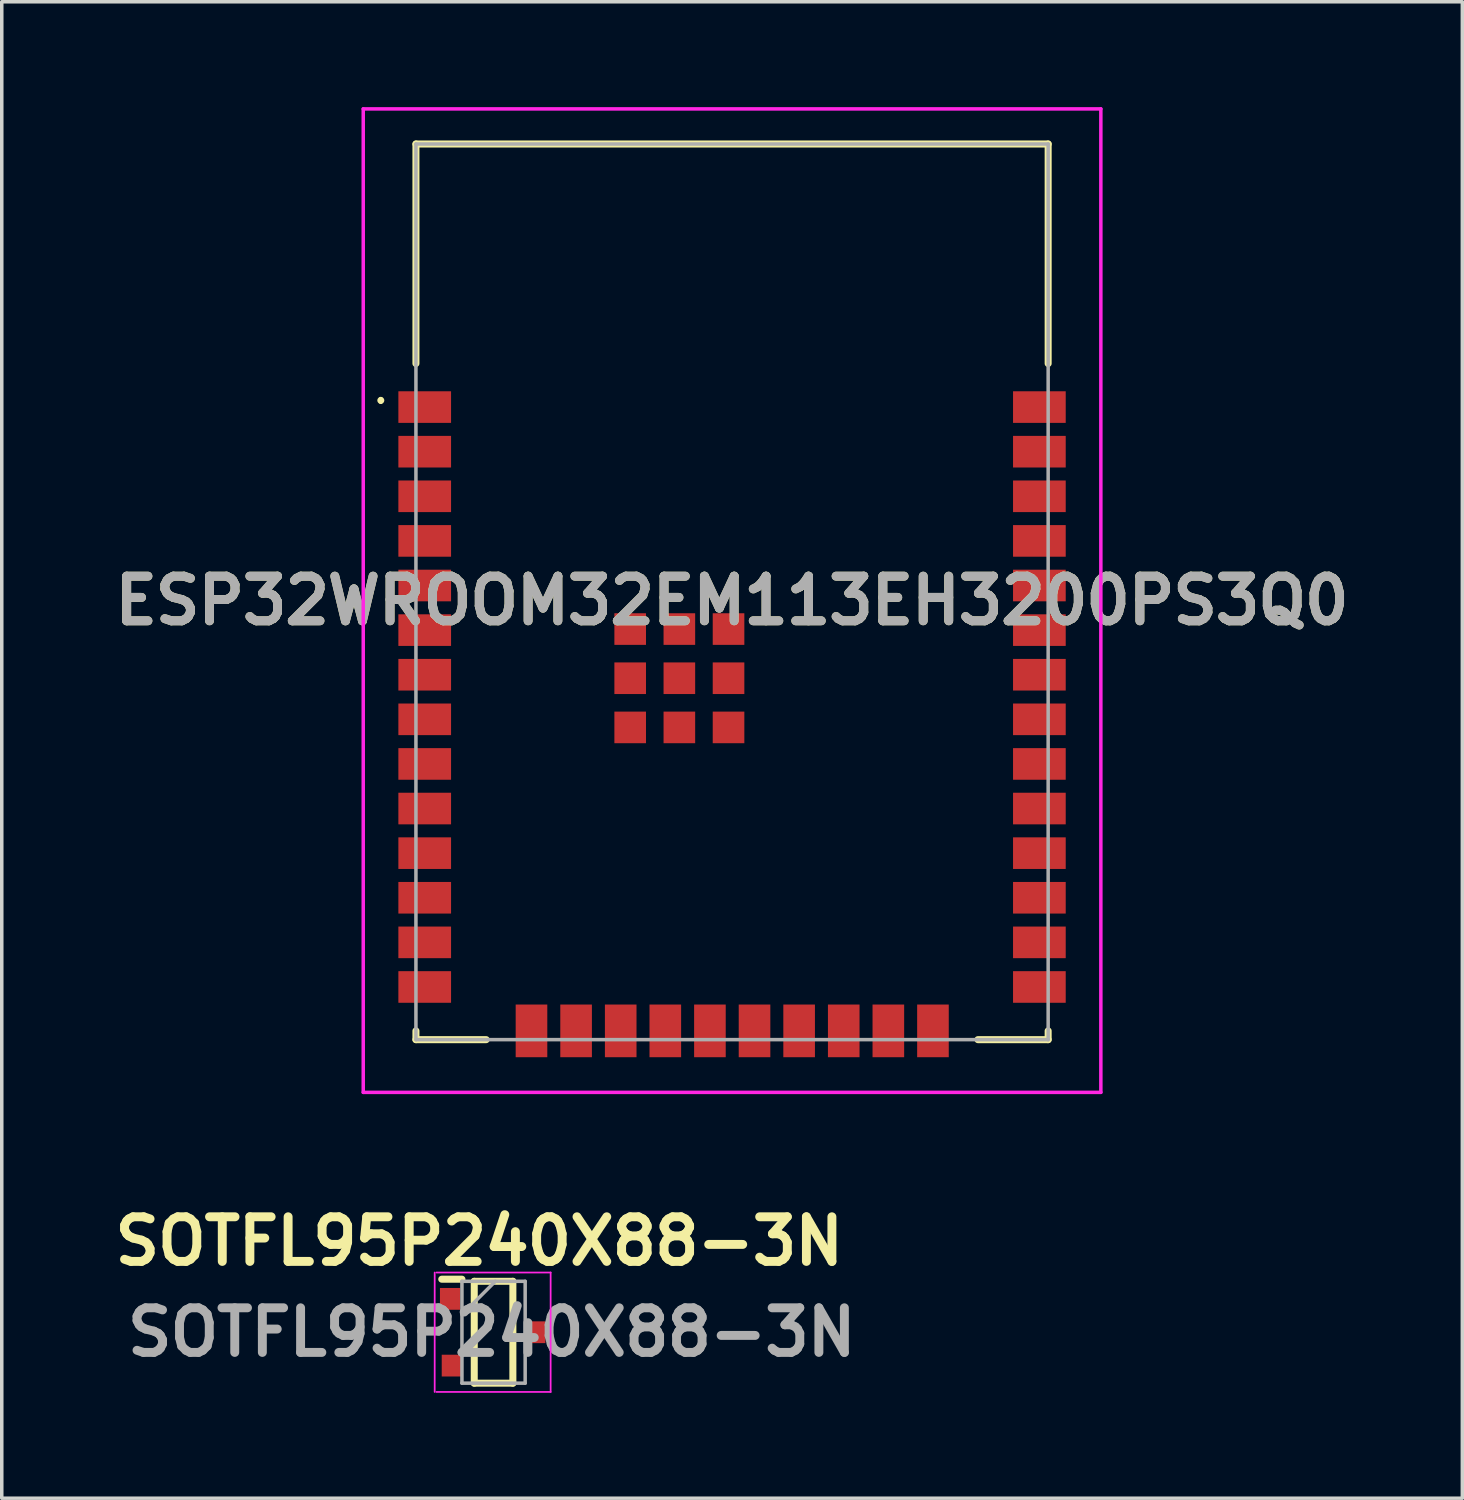
<source format=kicad_pcb>
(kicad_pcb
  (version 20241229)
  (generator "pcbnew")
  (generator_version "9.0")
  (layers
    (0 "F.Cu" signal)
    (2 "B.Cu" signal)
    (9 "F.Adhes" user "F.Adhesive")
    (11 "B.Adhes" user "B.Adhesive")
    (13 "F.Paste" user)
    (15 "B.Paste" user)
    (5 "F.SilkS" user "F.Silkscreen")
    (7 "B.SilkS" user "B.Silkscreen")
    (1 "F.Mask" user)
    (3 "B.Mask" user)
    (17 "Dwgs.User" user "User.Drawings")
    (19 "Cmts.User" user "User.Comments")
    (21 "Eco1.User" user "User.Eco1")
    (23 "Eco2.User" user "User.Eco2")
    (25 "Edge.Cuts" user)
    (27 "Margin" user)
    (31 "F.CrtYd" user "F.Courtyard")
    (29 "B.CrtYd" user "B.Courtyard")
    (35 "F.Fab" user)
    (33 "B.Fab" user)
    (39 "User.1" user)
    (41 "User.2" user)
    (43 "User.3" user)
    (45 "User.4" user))
  (footprint "ESP32WROOM32EM113EH3200PS3Q0"
    (layer "F.Cu")
    (at 17.792 13.8)
    (property "Reference" "ESP32WROOM32EM113EH3200PS3Q0" (at 0 0.25 0) (layer "F.SilkS") (effects (font (size 1.27 1.27) (thickness 0.254))))
    (attr smd)
    (fp_line (start -10 -5.5) (end -10 -5.5) (stroke (width 0.1) (type solid)) (layer "F.SilkS"))
    (fp_line (start -10 -5.4) (end -10 -5.4) (stroke (width 0.1) (type solid)) (layer "F.SilkS"))
    (fp_line (start -9 -12.75) (end 9 -12.75) (stroke (width 0.2) (type solid)) (layer "F.SilkS"))
    (fp_line (start -9 -6.5) (end -9 -12.75) (stroke (width 0.2) (type solid)) (layer "F.SilkS"))
    (fp_line (start -9 12.5) (end -9 12.75) (stroke (width 0.2) (type solid)) (layer "F.SilkS"))
    (fp_line (start -9 12.75) (end -7 12.75) (stroke (width 0.2) (type solid)) (layer "F.SilkS"))
    (fp_line (start 7 12.75) (end 9 12.75) (stroke (width 0.2) (type solid)) (layer "F.SilkS"))
    (fp_line (start 9 -12.75) (end 9 -6.5) (stroke (width 0.2) (type solid)) (layer "F.SilkS"))
    (fp_line (start 9 12.75) (end 9 12.5) (stroke (width 0.2) (type solid)) (layer "F.SilkS"))
    (fp_arc (start -10 -5.5) (mid -9.95 -5.45) (end -10 -5.4) (stroke (width 0.1) (type solid)) (layer "F.SilkS"))
    (fp_arc (start -10 -5.4) (mid -10.05 -5.45) (end -10 -5.5) (stroke (width 0.1) (type solid)) (layer "F.SilkS"))
    (fp_line (start -10.5 -13.75) (end 10.5 -13.75) (stroke (width 0.1) (type solid)) (layer "F.CrtYd"))
    (fp_line (start -10.5 14.25) (end -10.5 -13.75) (stroke (width 0.1) (type solid)) (layer "F.CrtYd"))
    (fp_line (start 10.5 -13.75) (end 10.5 14.25) (stroke (width 0.1) (type solid)) (layer "F.CrtYd"))
    (fp_line (start 10.5 14.25) (end -10.5 14.25) (stroke (width 0.1) (type solid)) (layer "F.CrtYd"))
    (fp_line (start -9 -12.75) (end 9 -12.75) (stroke (width 0.1) (type solid)) (layer "F.Fab"))
    (fp_line (start -9 12.75) (end -9 -12.75) (stroke (width 0.1) (type solid)) (layer "F.Fab"))
    (fp_line (start 9 -12.75) (end 9 12.75) (stroke (width 0.1) (type solid)) (layer "F.Fab"))
    (fp_line (start 9 12.75) (end -9 12.75) (stroke (width 0.1) (type solid)) (layer "F.Fab"))
    (fp_text user "${REFERENCE}" (at 0 0.25 0) (layer "F.Fab") (effects (font (size 1.27 1.27) (thickness 0.254))))
    (pad "1" smd rect (at -8.75 -5.26 90) (size 0.9 1.5) (layers "F.Cu" "F.Mask" "F.Paste"))
    (pad "2" smd rect (at -8.75 -3.99 90) (size 0.9 1.5) (layers "F.Cu" "F.Mask" "F.Paste"))
    (pad "3" smd rect (at -8.75 -2.72 90) (size 0.9 1.5) (layers "F.Cu" "F.Mask" "F.Paste"))
    (pad "4" smd rect (at -8.75 -1.45 90) (size 0.9 1.5) (layers "F.Cu" "F.Mask" "F.Paste"))
    (pad "5" smd rect (at -8.75 -0.18 90) (size 0.9 1.5) (layers "F.Cu" "F.Mask" "F.Paste"))
    (pad "6" smd rect (at -8.75 1.09 90) (size 0.9 1.5) (layers "F.Cu" "F.Mask" "F.Paste"))
    (pad "7" smd rect (at -8.75 2.36 90) (size 0.9 1.5) (layers "F.Cu" "F.Mask" "F.Paste"))
    (pad "8" smd rect (at -8.75 3.63 90) (size 0.9 1.5) (layers "F.Cu" "F.Mask" "F.Paste"))
    (pad "9" smd rect (at -8.75 4.9 90) (size 0.9 1.5) (layers "F.Cu" "F.Mask" "F.Paste"))
    (pad "10" smd rect (at -8.75 6.17 90) (size 0.9 1.5) (layers "F.Cu" "F.Mask" "F.Paste"))
    (pad "11" smd rect (at -8.75 7.44 90) (size 0.9 1.5) (layers "F.Cu" "F.Mask" "F.Paste"))
    (pad "12" smd rect (at -8.75 8.71 90) (size 0.9 1.5) (layers "F.Cu" "F.Mask" "F.Paste"))
    (pad "13" smd rect (at -8.75 9.98 90) (size 0.9 1.5) (layers "F.Cu" "F.Mask" "F.Paste"))
    (pad "14" smd rect (at -8.75 11.25 90) (size 0.9 1.5) (layers "F.Cu" "F.Mask" "F.Paste"))
    (pad "15" smd rect (at -5.71 12.5) (size 0.9 1.5) (layers "F.Cu" "F.Mask" "F.Paste"))
    (pad "16" smd rect (at -4.44 12.5) (size 0.9 1.5) (layers "F.Cu" "F.Mask" "F.Paste"))
    (pad "17" smd rect (at -3.17 12.5) (size 0.9 1.5) (layers "F.Cu" "F.Mask" "F.Paste"))
    (pad "18" smd rect (at -1.9 12.5) (size 0.9 1.5) (layers "F.Cu" "F.Mask" "F.Paste"))
    (pad "19" smd rect (at -0.63 12.5) (size 0.9 1.5) (layers "F.Cu" "F.Mask" "F.Paste"))
    (pad "20" smd rect (at 0.64 12.5) (size 0.9 1.5) (layers "F.Cu" "F.Mask" "F.Paste"))
    (pad "21" smd rect (at 1.91 12.5) (size 0.9 1.5) (layers "F.Cu" "F.Mask" "F.Paste"))
    (pad "22" smd rect (at 3.18 12.5) (size 0.9 1.5) (layers "F.Cu" "F.Mask" "F.Paste"))
    (pad "23" smd rect (at 4.45 12.5) (size 0.9 1.5) (layers "F.Cu" "F.Mask" "F.Paste"))
    (pad "24" smd rect (at 5.72 12.5) (size 0.9 1.5) (layers "F.Cu" "F.Mask" "F.Paste"))
    (pad "25" smd rect (at 8.75 11.25 90) (size 0.9 1.5) (layers "F.Cu" "F.Mask" "F.Paste"))
    (pad "26" smd rect (at 8.75 9.98 90) (size 0.9 1.5) (layers "F.Cu" "F.Mask" "F.Paste"))
    (pad "27" smd rect (at 8.75 8.71 90) (size 0.9 1.5) (layers "F.Cu" "F.Mask" "F.Paste"))
    (pad "28" smd rect (at 8.75 7.44 90) (size 0.9 1.5) (layers "F.Cu" "F.Mask" "F.Paste"))
    (pad "29" smd rect (at 8.75 6.17 90) (size 0.9 1.5) (layers "F.Cu" "F.Mask" "F.Paste"))
    (pad "30" smd rect (at 8.75 4.9 90) (size 0.9 1.5) (layers "F.Cu" "F.Mask" "F.Paste"))
    (pad "31" smd rect (at 8.75 3.63 90) (size 0.9 1.5) (layers "F.Cu" "F.Mask" "F.Paste"))
    (pad "32" smd rect (at 8.75 2.36 90) (size 0.9 1.5) (layers "F.Cu" "F.Mask" "F.Paste"))
    (pad "33" smd rect (at 8.75 1.09 90) (size 0.9 1.5) (layers "F.Cu" "F.Mask" "F.Paste"))
    (pad "34" smd rect (at 8.75 -0.18 90) (size 0.9 1.5) (layers "F.Cu" "F.Mask" "F.Paste"))
    (pad "35" smd rect (at 8.75 -1.45 90) (size 0.9 1.5) (layers "F.Cu" "F.Mask" "F.Paste"))
    (pad "36" smd rect (at 8.75 -2.72 90) (size 0.9 1.5) (layers "F.Cu" "F.Mask" "F.Paste"))
    (pad "37" smd rect (at 8.75 -3.99 90) (size 0.9 1.5) (layers "F.Cu" "F.Mask" "F.Paste"))
    (pad "38" smd rect (at 8.75 -5.26 90) (size 0.9 1.5) (layers "F.Cu" "F.Mask" "F.Paste"))
    (pad "39" smd rect (at -1.5 2.46) (size 0.9 0.9) (layers "F.Cu" "F.Mask" "F.Paste"))
    (pad "40" smd rect (at -1.5 3.86) (size 0.9 0.9) (layers "F.Cu" "F.Mask" "F.Paste"))
    (pad "41" smd rect (at -0.1 3.86) (size 0.9 0.9) (layers "F.Cu" "F.Mask" "F.Paste"))
    (pad "42" smd rect (at -0.1 2.46) (size 0.9 0.9) (layers "F.Cu" "F.Mask" "F.Paste"))
    (pad "43" smd rect (at -0.1 1.06) (size 0.9 0.9) (layers "F.Cu" "F.Mask" "F.Paste"))
    (pad "44" smd rect (at -1.5 1.06) (size 0.9 0.9) (layers "F.Cu" "F.Mask" "F.Paste"))
    (pad "45" smd rect (at -2.9 1.06) (size 0.9 0.9) (layers "F.Cu" "F.Mask" "F.Paste"))
    (pad "46" smd rect (at -2.9 2.46) (size 0.9 0.9) (layers "F.Cu" "F.Mask" "F.Paste"))
    (pad "47" smd rect (at -2.9 3.86) (size 0.9 0.9) (layers "F.Cu" "F.Mask" "F.Paste")))
  (footprint "SOTFL95P240X88-3N"
    (layer "F.Cu")
    (at 11.002 34.88)
    (property "Reference" "SOTFL95P240X88-3N" (at -0.406 -2.591 0) (layer "F.SilkS") (effects (font (size 1.27 1.27) (thickness 0.254))))
    (attr smd)
    (fp_line (start -1.475 -1.51) (end -0.9 -1.51) (stroke (width 0.2) (type solid)) (layer "F.SilkS"))
    (fp_line (start -0.55 -1.45) (end 0.55 -1.45) (stroke (width 0.2) (type solid)) (layer "F.SilkS"))
    (fp_line (start -0.55 1.45) (end -0.55 -1.45) (stroke (width 0.2) (type solid)) (layer "F.SilkS"))
    (fp_line (start 0.55 -1.45) (end 0.55 1.45) (stroke (width 0.2) (type solid)) (layer "F.SilkS"))
    (fp_line (start 0.55 1.45) (end -0.55 1.45) (stroke (width 0.2) (type solid)) (layer "F.SilkS"))
    (fp_line (start -1.676 1.7) (end -1.676 -1.7) (stroke (width 0.05) (type solid)) (layer "F.CrtYd"))
    (fp_line (start -1.625 -1.7) (end 1.625 -1.7) (stroke (width 0.05) (type solid)) (layer "F.CrtYd"))
    (fp_line (start 1.625 -1.7) (end 1.625 1.7) (stroke (width 0.05) (type solid)) (layer "F.CrtYd"))
    (fp_line (start 1.625 1.7) (end -1.625 1.7) (stroke (width 0.05) (type solid)) (layer "F.CrtYd"))
    (fp_line (start -0.9 -1.45) (end 0.9 -1.45) (stroke (width 0.1) (type solid)) (layer "F.Fab"))
    (fp_line (start -0.9 -0.5) (end 0.05 -1.45) (stroke (width 0.1) (type solid)) (layer "F.Fab"))
    (fp_line (start -0.9 1.45) (end -0.9 -1.45) (stroke (width 0.1) (type solid)) (layer "F.Fab"))
    (fp_line (start 0.9 -1.45) (end 0.9 1.45) (stroke (width 0.1) (type solid)) (layer "F.Fab"))
    (fp_line (start 0.9 1.45) (end -0.9 1.45) (stroke (width 0.1) (type solid)) (layer "F.Fab"))
    (fp_text user "${REFERENCE}" (at -0.051 0 0) (layer "F.Fab") (effects (font (size 1.27 1.27) (thickness 0.254))))
    (pad "1" smd rect (at -1.239 -0.95) (size 0.575 0.62) (layers "F.Cu" "F.Mask" "F.Paste"))
    (pad "2" smd rect (at -1.188 0.95) (size 0.575 0.62) (layers "F.Cu" "F.Mask" "F.Paste"))
    (pad "3" smd rect (at 1.188 0) (size 0.575 0.62) (layers "F.Cu" "F.Mask" "F.Paste")))
  (gr_rect
    (start -3 -3)
    (end 38.584 39.605)
    (stroke (width 0.1) (type default))
    (fill no)
    (layer "Edge.Cuts")))
</source>
